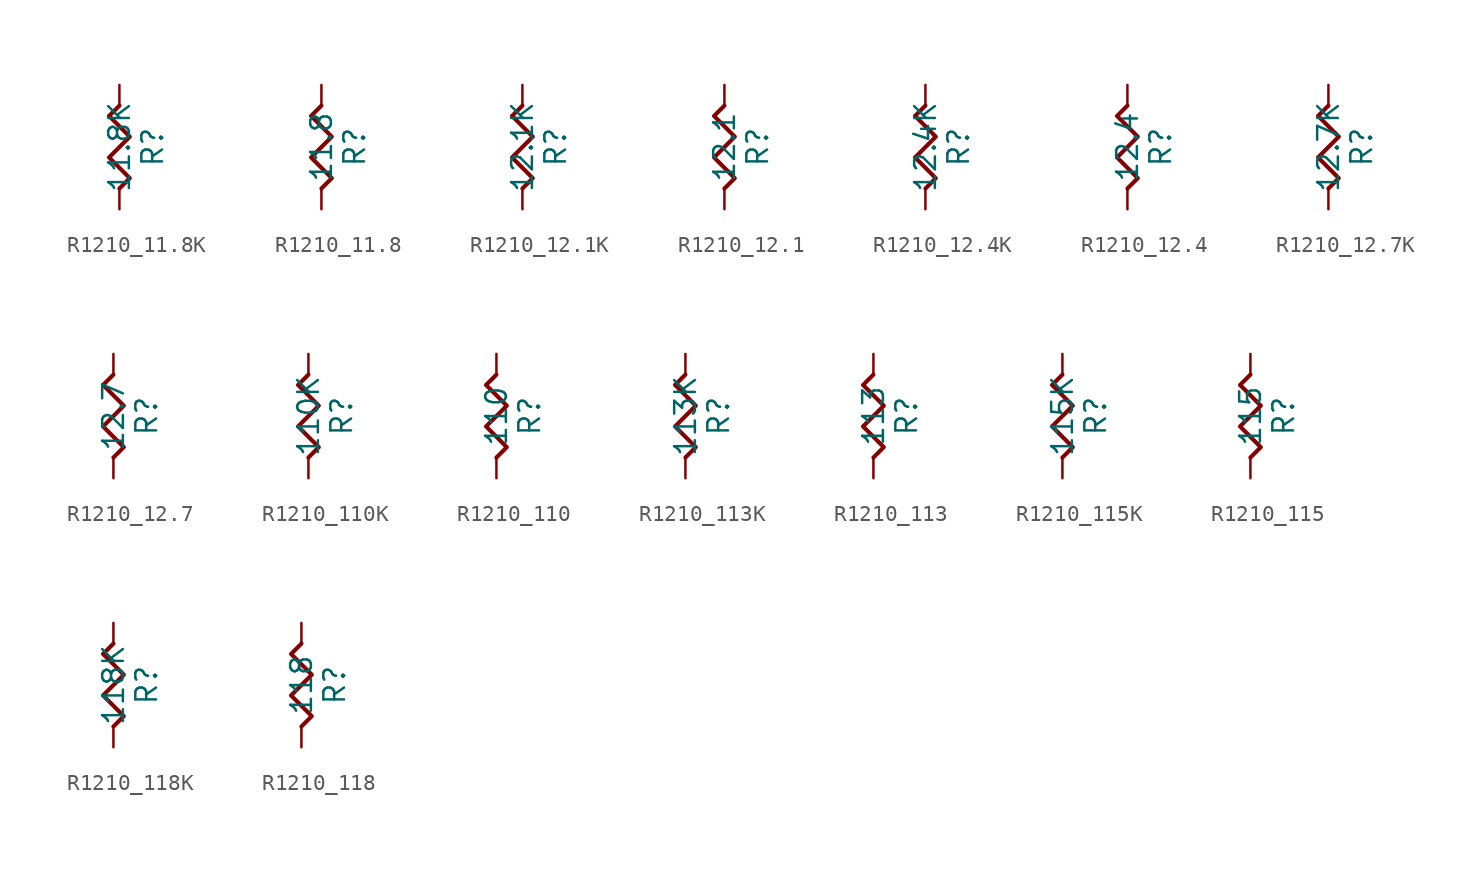
<source format=kicad_sym>
(kicad_symbol_lib
  (version 20211014)
  (generator atlantix-eda)
  (symbol "R1210_11.8K"
    (pin_numbers hide)
    (pin_names
      (offset 0))
    (property "Reference" "R"
      (at 2.032 0 90)
      (effects (font (size 1.27 1.27))))
    (property "Value" "11.8K"
      (at 0 0 90)
      (effects (font (size 1.27 1.27))))
    (symbol "R1210_11.8K_0_1"
      (polyline (pts (xy 0 -2.54) (xy 0.635 -1.905) (xy -0.635 -0.635) (xy 0.635 0.635) (xy -0.635 1.905) (xy 0 2.54)) (stroke (width 0.254) (type default) (color 0 0 0 0)) (fill (type none))))
    (symbol "R1210_11.8K_1_1"
      (pin passive line (at 0 3.81 270) (length 1.27) (name "~" (effects (font (size 1.27 1.27)))) (number "1" (effects (font (size 1.27 1.27)))))
      (pin passive line (at 0 -3.81 90) (length 1.27) (name "~" (effects (font (size 1.27 1.27)))) (number "2" (effects (font (size 1.27 1.27)))))))
  (symbol "R1210_11.8"
    (pin_numbers hide)
    (pin_names
      (offset 0))
    (property "Reference" "R"
      (at 2.032 0 90)
      (effects (font (size 1.27 1.27))))
    (property "Value" "11.8"
      (at 0 0 90)
      (effects (font (size 1.27 1.27))))
    (symbol "R1210_11.8_0_1"
      (polyline (pts (xy 0 -2.54) (xy 0.635 -1.905) (xy -0.635 -0.635) (xy 0.635 0.635) (xy -0.635 1.905) (xy 0 2.54)) (stroke (width 0.254) (type default) (color 0 0 0 0)) (fill (type none))))
    (symbol "R1210_11.8_1_1"
      (pin passive line (at 0 3.81 270) (length 1.27) (name "~" (effects (font (size 1.27 1.27)))) (number "1" (effects (font (size 1.27 1.27)))))
      (pin passive line (at 0 -3.81 90) (length 1.27) (name "~" (effects (font (size 1.27 1.27)))) (number "2" (effects (font (size 1.27 1.27)))))))
  (symbol "R1210_12.1K"
    (pin_numbers hide)
    (pin_names
      (offset 0))
    (property "Reference" "R"
      (at 2.032 0 90)
      (effects (font (size 1.27 1.27))))
    (property "Value" "12.1K"
      (at 0 0 90)
      (effects (font (size 1.27 1.27))))
    (symbol "R1210_12.1K_0_1"
      (polyline (pts (xy 0 -2.54) (xy 0.635 -1.905) (xy -0.635 -0.635) (xy 0.635 0.635) (xy -0.635 1.905) (xy 0 2.54)) (stroke (width 0.254) (type default) (color 0 0 0 0)) (fill (type none))))
    (symbol "R1210_12.1K_1_1"
      (pin passive line (at 0 3.81 270) (length 1.27) (name "~" (effects (font (size 1.27 1.27)))) (number "1" (effects (font (size 1.27 1.27)))))
      (pin passive line (at 0 -3.81 90) (length 1.27) (name "~" (effects (font (size 1.27 1.27)))) (number "2" (effects (font (size 1.27 1.27)))))))
  (symbol "R1210_12.1"
    (pin_numbers hide)
    (pin_names
      (offset 0))
    (property "Reference" "R"
      (at 2.032 0 90)
      (effects (font (size 1.27 1.27))))
    (property "Value" "12.1"
      (at 0 0 90)
      (effects (font (size 1.27 1.27))))
    (symbol "R1210_12.1_0_1"
      (polyline (pts (xy 0 -2.54) (xy 0.635 -1.905) (xy -0.635 -0.635) (xy 0.635 0.635) (xy -0.635 1.905) (xy 0 2.54)) (stroke (width 0.254) (type default) (color 0 0 0 0)) (fill (type none))))
    (symbol "R1210_12.1_1_1"
      (pin passive line (at 0 3.81 270) (length 1.27) (name "~" (effects (font (size 1.27 1.27)))) (number "1" (effects (font (size 1.27 1.27)))))
      (pin passive line (at 0 -3.81 90) (length 1.27) (name "~" (effects (font (size 1.27 1.27)))) (number "2" (effects (font (size 1.27 1.27)))))))
  (symbol "R1210_12.4K"
    (pin_numbers hide)
    (pin_names
      (offset 0))
    (property "Reference" "R"
      (at 2.032 0 90)
      (effects (font (size 1.27 1.27))))
    (property "Value" "12.4K"
      (at 0 0 90)
      (effects (font (size 1.27 1.27))))
    (symbol "R1210_12.4K_0_1"
      (polyline (pts (xy 0 -2.54) (xy 0.635 -1.905) (xy -0.635 -0.635) (xy 0.635 0.635) (xy -0.635 1.905) (xy 0 2.54)) (stroke (width 0.254) (type default) (color 0 0 0 0)) (fill (type none))))
    (symbol "R1210_12.4K_1_1"
      (pin passive line (at 0 3.81 270) (length 1.27) (name "~" (effects (font (size 1.27 1.27)))) (number "1" (effects (font (size 1.27 1.27)))))
      (pin passive line (at 0 -3.81 90) (length 1.27) (name "~" (effects (font (size 1.27 1.27)))) (number "2" (effects (font (size 1.27 1.27)))))))
  (symbol "R1210_12.4"
    (pin_numbers hide)
    (pin_names
      (offset 0))
    (property "Reference" "R"
      (at 2.032 0 90)
      (effects (font (size 1.27 1.27))))
    (property "Value" "12.4"
      (at 0 0 90)
      (effects (font (size 1.27 1.27))))
    (symbol "R1210_12.4_0_1"
      (polyline (pts (xy 0 -2.54) (xy 0.635 -1.905) (xy -0.635 -0.635) (xy 0.635 0.635) (xy -0.635 1.905) (xy 0 2.54)) (stroke (width 0.254) (type default) (color 0 0 0 0)) (fill (type none))))
    (symbol "R1210_12.4_1_1"
      (pin passive line (at 0 3.81 270) (length 1.27) (name "~" (effects (font (size 1.27 1.27)))) (number "1" (effects (font (size 1.27 1.27)))))
      (pin passive line (at 0 -3.81 90) (length 1.27) (name "~" (effects (font (size 1.27 1.27)))) (number "2" (effects (font (size 1.27 1.27)))))))
  (symbol "R1210_12.7K"
    (pin_numbers hide)
    (pin_names
      (offset 0))
    (property "Reference" "R"
      (at 2.032 0 90)
      (effects (font (size 1.27 1.27))))
    (property "Value" "12.7K"
      (at 0 0 90)
      (effects (font (size 1.27 1.27))))
    (symbol "R1210_12.7K_0_1"
      (polyline (pts (xy 0 -2.54) (xy 0.635 -1.905) (xy -0.635 -0.635) (xy 0.635 0.635) (xy -0.635 1.905) (xy 0 2.54)) (stroke (width 0.254) (type default) (color 0 0 0 0)) (fill (type none))))
    (symbol "R1210_12.7K_1_1"
      (pin passive line (at 0 3.81 270) (length 1.27) (name "~" (effects (font (size 1.27 1.27)))) (number "1" (effects (font (size 1.27 1.27)))))
      (pin passive line (at 0 -3.81 90) (length 1.27) (name "~" (effects (font (size 1.27 1.27)))) (number "2" (effects (font (size 1.27 1.27)))))))
  (symbol "R1210_12.7"
    (pin_numbers hide)
    (pin_names
      (offset 0))
    (property "Reference" "R"
      (at 2.032 0 90)
      (effects (font (size 1.27 1.27))))
    (property "Value" "12.7"
      (at 0 0 90)
      (effects (font (size 1.27 1.27))))
    (symbol "R1210_12.7_0_1"
      (polyline (pts (xy 0 -2.54) (xy 0.635 -1.905) (xy -0.635 -0.635) (xy 0.635 0.635) (xy -0.635 1.905) (xy 0 2.54)) (stroke (width 0.254) (type default) (color 0 0 0 0)) (fill (type none))))
    (symbol "R1210_12.7_1_1"
      (pin passive line (at 0 3.81 270) (length 1.27) (name "~" (effects (font (size 1.27 1.27)))) (number "1" (effects (font (size 1.27 1.27)))))
      (pin passive line (at 0 -3.81 90) (length 1.27) (name "~" (effects (font (size 1.27 1.27)))) (number "2" (effects (font (size 1.27 1.27)))))))
  (symbol "R1210_110K"
    (pin_numbers hide)
    (pin_names
      (offset 0))
    (property "Reference" "R"
      (at 2.032 0 90)
      (effects (font (size 1.27 1.27))))
    (property "Value" "110K"
      (at 0 0 90)
      (effects (font (size 1.27 1.27))))
    (symbol "R1210_110K_0_1"
      (polyline (pts (xy 0 -2.54) (xy 0.635 -1.905) (xy -0.635 -0.635) (xy 0.635 0.635) (xy -0.635 1.905) (xy 0 2.54)) (stroke (width 0.254) (type default) (color 0 0 0 0)) (fill (type none))))
    (symbol "R1210_110K_1_1"
      (pin passive line (at 0 3.81 270) (length 1.27) (name "~" (effects (font (size 1.27 1.27)))) (number "1" (effects (font (size 1.27 1.27)))))
      (pin passive line (at 0 -3.81 90) (length 1.27) (name "~" (effects (font (size 1.27 1.27)))) (number "2" (effects (font (size 1.27 1.27)))))))
  (symbol "R1210_110"
    (pin_numbers hide)
    (pin_names
      (offset 0))
    (property "Reference" "R"
      (at 2.032 0 90)
      (effects (font (size 1.27 1.27))))
    (property "Value" "110"
      (at 0 0 90)
      (effects (font (size 1.27 1.27))))
    (symbol "R1210_110_0_1"
      (polyline (pts (xy 0 -2.54) (xy 0.635 -1.905) (xy -0.635 -0.635) (xy 0.635 0.635) (xy -0.635 1.905) (xy 0 2.54)) (stroke (width 0.254) (type default) (color 0 0 0 0)) (fill (type none))))
    (symbol "R1210_110_1_1"
      (pin passive line (at 0 3.81 270) (length 1.27) (name "~" (effects (font (size 1.27 1.27)))) (number "1" (effects (font (size 1.27 1.27)))))
      (pin passive line (at 0 -3.81 90) (length 1.27) (name "~" (effects (font (size 1.27 1.27)))) (number "2" (effects (font (size 1.27 1.27)))))))
  (symbol "R1210_113K"
    (pin_numbers hide)
    (pin_names
      (offset 0))
    (property "Reference" "R"
      (at 2.032 0 90)
      (effects (font (size 1.27 1.27))))
    (property "Value" "113K"
      (at 0 0 90)
      (effects (font (size 1.27 1.27))))
    (symbol "R1210_113K_0_1"
      (polyline (pts (xy 0 -2.54) (xy 0.635 -1.905) (xy -0.635 -0.635) (xy 0.635 0.635) (xy -0.635 1.905) (xy 0 2.54)) (stroke (width 0.254) (type default) (color 0 0 0 0)) (fill (type none))))
    (symbol "R1210_113K_1_1"
      (pin passive line (at 0 3.81 270) (length 1.27) (name "~" (effects (font (size 1.27 1.27)))) (number "1" (effects (font (size 1.27 1.27)))))
      (pin passive line (at 0 -3.81 90) (length 1.27) (name "~" (effects (font (size 1.27 1.27)))) (number "2" (effects (font (size 1.27 1.27)))))))
  (symbol "R1210_113"
    (pin_numbers hide)
    (pin_names
      (offset 0))
    (property "Reference" "R"
      (at 2.032 0 90)
      (effects (font (size 1.27 1.27))))
    (property "Value" "113"
      (at 0 0 90)
      (effects (font (size 1.27 1.27))))
    (symbol "R1210_113_0_1"
      (polyline (pts (xy 0 -2.54) (xy 0.635 -1.905) (xy -0.635 -0.635) (xy 0.635 0.635) (xy -0.635 1.905) (xy 0 2.54)) (stroke (width 0.254) (type default) (color 0 0 0 0)) (fill (type none))))
    (symbol "R1210_113_1_1"
      (pin passive line (at 0 3.81 270) (length 1.27) (name "~" (effects (font (size 1.27 1.27)))) (number "1" (effects (font (size 1.27 1.27)))))
      (pin passive line (at 0 -3.81 90) (length 1.27) (name "~" (effects (font (size 1.27 1.27)))) (number "2" (effects (font (size 1.27 1.27)))))))
  (symbol "R1210_115K"
    (pin_numbers hide)
    (pin_names
      (offset 0))
    (property "Reference" "R"
      (at 2.032 0 90)
      (effects (font (size 1.27 1.27))))
    (property "Value" "115K"
      (at 0 0 90)
      (effects (font (size 1.27 1.27))))
    (symbol "R1210_115K_0_1"
      (polyline (pts (xy 0 -2.54) (xy 0.635 -1.905) (xy -0.635 -0.635) (xy 0.635 0.635) (xy -0.635 1.905) (xy 0 2.54)) (stroke (width 0.254) (type default) (color 0 0 0 0)) (fill (type none))))
    (symbol "R1210_115K_1_1"
      (pin passive line (at 0 3.81 270) (length 1.27) (name "~" (effects (font (size 1.27 1.27)))) (number "1" (effects (font (size 1.27 1.27)))))
      (pin passive line (at 0 -3.81 90) (length 1.27) (name "~" (effects (font (size 1.27 1.27)))) (number "2" (effects (font (size 1.27 1.27)))))))
  (symbol "R1210_115"
    (pin_numbers hide)
    (pin_names
      (offset 0))
    (property "Reference" "R"
      (at 2.032 0 90)
      (effects (font (size 1.27 1.27))))
    (property "Value" "115"
      (at 0 0 90)
      (effects (font (size 1.27 1.27))))
    (symbol "R1210_115_0_1"
      (polyline (pts (xy 0 -2.54) (xy 0.635 -1.905) (xy -0.635 -0.635) (xy 0.635 0.635) (xy -0.635 1.905) (xy 0 2.54)) (stroke (width 0.254) (type default) (color 0 0 0 0)) (fill (type none))))
    (symbol "R1210_115_1_1"
      (pin passive line (at 0 3.81 270) (length 1.27) (name "~" (effects (font (size 1.27 1.27)))) (number "1" (effects (font (size 1.27 1.27)))))
      (pin passive line (at 0 -3.81 90) (length 1.27) (name "~" (effects (font (size 1.27 1.27)))) (number "2" (effects (font (size 1.27 1.27)))))))
  (symbol "R1210_118K"
    (pin_numbers hide)
    (pin_names
      (offset 0))
    (property "Reference" "R"
      (at 2.032 0 90)
      (effects (font (size 1.27 1.27))))
    (property "Value" "118K"
      (at 0 0 90)
      (effects (font (size 1.27 1.27))))
    (symbol "R1210_118K_0_1"
      (polyline (pts (xy 0 -2.54) (xy 0.635 -1.905) (xy -0.635 -0.635) (xy 0.635 0.635) (xy -0.635 1.905) (xy 0 2.54)) (stroke (width 0.254) (type default) (color 0 0 0 0)) (fill (type none))))
    (symbol "R1210_118K_1_1"
      (pin passive line (at 0 3.81 270) (length 1.27) (name "~" (effects (font (size 1.27 1.27)))) (number "1" (effects (font (size 1.27 1.27)))))
      (pin passive line (at 0 -3.81 90) (length 1.27) (name "~" (effects (font (size 1.27 1.27)))) (number "2" (effects (font (size 1.27 1.27)))))))
  (symbol "R1210_118"
    (pin_numbers hide)
    (pin_names
      (offset 0))
    (property "Reference" "R"
      (at 2.032 0 90)
      (effects (font (size 1.27 1.27))))
    (property "Value" "118"
      (at 0 0 90)
      (effects (font (size 1.27 1.27))))
    (symbol "R1210_118_0_1"
      (polyline (pts (xy 0 -2.54) (xy 0.635 -1.905) (xy -0.635 -0.635) (xy 0.635 0.635) (xy -0.635 1.905) (xy 0 2.54)) (stroke (width 0.254) (type default) (color 0 0 0 0)) (fill (type none))))
    (symbol "R1210_118_1_1"
      (pin passive line (at 0 3.81 270) (length 1.27) (name "~" (effects (font (size 1.27 1.27)))) (number "1" (effects (font (size 1.27 1.27)))))
      (pin passive line (at 0 -3.81 90) (length 1.27) (name "~" (effects (font (size 1.27 1.27)))) (number "2" (effects (font (size 1.27 1.27))))))))
</source>
